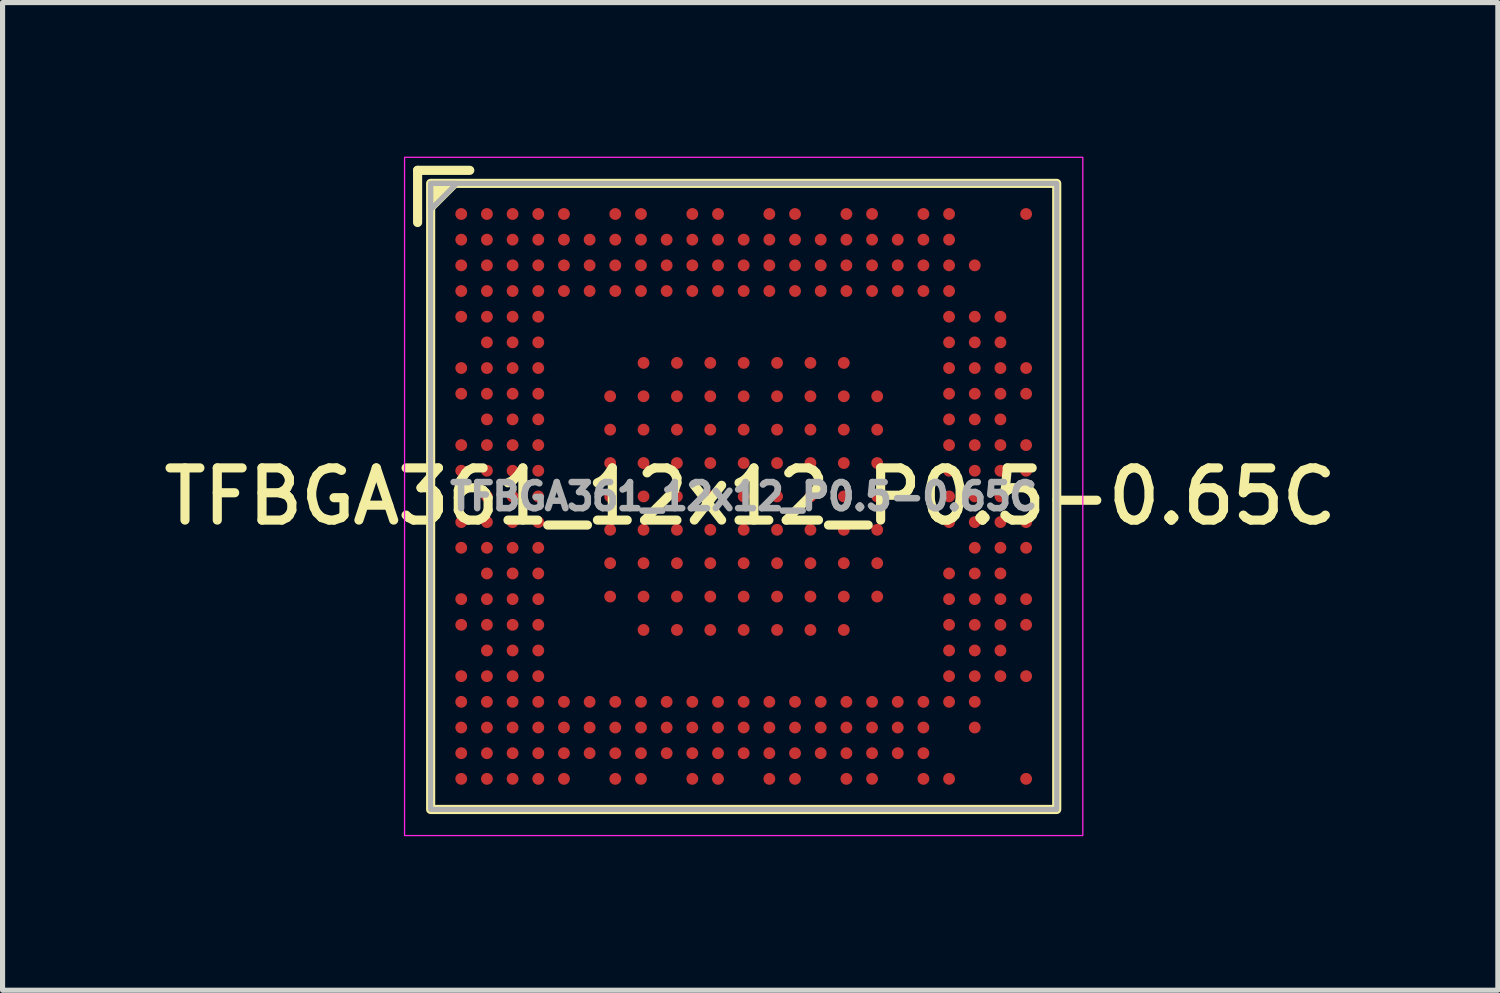
<source format=kicad_pcb>
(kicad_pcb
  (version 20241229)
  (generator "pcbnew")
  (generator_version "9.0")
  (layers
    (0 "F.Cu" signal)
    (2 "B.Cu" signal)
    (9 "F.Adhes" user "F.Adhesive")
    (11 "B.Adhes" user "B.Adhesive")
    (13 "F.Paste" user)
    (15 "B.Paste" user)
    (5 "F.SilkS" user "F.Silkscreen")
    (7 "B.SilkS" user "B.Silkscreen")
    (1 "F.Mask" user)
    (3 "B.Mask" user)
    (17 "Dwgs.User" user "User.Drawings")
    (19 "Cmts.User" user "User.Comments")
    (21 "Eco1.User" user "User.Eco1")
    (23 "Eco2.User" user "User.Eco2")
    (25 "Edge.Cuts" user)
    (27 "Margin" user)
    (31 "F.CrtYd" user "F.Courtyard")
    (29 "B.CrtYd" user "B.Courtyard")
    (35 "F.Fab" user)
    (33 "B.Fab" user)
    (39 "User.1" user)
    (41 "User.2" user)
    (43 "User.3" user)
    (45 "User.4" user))
  (footprint "TFBGA361_12x12_P0.5-0.65C"
    (layer "F.Cu")
    (at 11.432 6.617)
    (property "Reference" "TFBGA361_12x12_P0.5-0.65C" (at 0.127 0 0) (layer "F.SilkS") (effects (font (size 1.016 1.016) (thickness 0.178))))
    (attr smd)
    (fp_line (start -6.35 -6.35) (end -5.334 -6.35) (stroke (width 0.178) (type solid)) (layer "F.SilkS"))
    (fp_line (start -6.35 -5.334) (end -6.35 -6.35) (stroke (width 0.178) (type solid)) (layer "F.SilkS"))
    (fp_rect (start -6.096 -6.096) (end 6.096 6.096) (stroke (width 0.178) (type solid)) (fill no) (layer "F.SilkS"))
    (fp_poly (pts (xy -6.096 -5.588) (xy -6.096 -6.096) (xy -5.588 -6.096)) (stroke (width 0.12) (type solid)) (fill yes) (layer "F.SilkS"))
    (fp_rect (start -6.604 -6.604) (end 6.604 6.604) (stroke (width 0.025) (type solid)) (fill no) (layer "F.CrtYd"))
    (fp_rect (start -6.096 -6.096) (end 6.096 6.096) (stroke (width 0.1) (type solid)) (fill no) (layer "F.Fab"))
    (fp_poly (pts (xy -6.096 -5.588) (xy -6.096 -6.096) (xy -5.588 -6.096)) (stroke (width 0.1) (type solid)) (fill no) (layer "F.Fab"))
    (fp_text user "${REFERENCE}" (at 0 0 0) (layer "F.Fab") (effects (font (size 0.508 0.508) (thickness 0.127))))
    (pad "1A2" smd circle (at -1.95 -2.6) (size 0.23 0.23) (layers "F.Cu" "F.Mask" "F.Paste"))
    (pad "1A3" smd circle (at -1.3 -2.6) (size 0.23 0.23) (layers "F.Cu" "F.Mask" "F.Paste"))
    (pad "1A4" smd circle (at -0.65 -2.6) (size 0.23 0.23) (layers "F.Cu" "F.Mask" "F.Paste"))
    (pad "1A5" smd circle (at 0 -2.6) (size 0.23 0.23) (layers "F.Cu" "F.Mask" "F.Paste"))
    (pad "1A6" smd circle (at 0.65 -2.6) (size 0.23 0.23) (layers "F.Cu" "F.Mask" "F.Paste"))
    (pad "1A7" smd circle (at 1.3 -2.6) (size 0.23 0.23) (layers "F.Cu" "F.Mask" "F.Paste"))
    (pad "1A8" smd circle (at 1.95 -2.6) (size 0.23 0.23) (layers "F.Cu" "F.Mask" "F.Paste"))
    (pad "1B1" smd circle (at -2.6 -1.95) (size 0.23 0.23) (layers "F.Cu" "F.Mask" "F.Paste"))
    (pad "1B2" smd circle (at -1.95 -1.95) (size 0.23 0.23) (layers "F.Cu" "F.Mask" "F.Paste"))
    (pad "1B3" smd circle (at -1.3 -1.95) (size 0.23 0.23) (layers "F.Cu" "F.Mask" "F.Paste"))
    (pad "1B4" smd circle (at -0.65 -1.95) (size 0.23 0.23) (layers "F.Cu" "F.Mask" "F.Paste"))
    (pad "1B5" smd circle (at 0 -1.95) (size 0.23 0.23) (layers "F.Cu" "F.Mask" "F.Paste"))
    (pad "1B6" smd circle (at 0.65 -1.95) (size 0.23 0.23) (layers "F.Cu" "F.Mask" "F.Paste"))
    (pad "1B7" smd circle (at 1.3 -1.95) (size 0.23 0.23) (layers "F.Cu" "F.Mask" "F.Paste"))
    (pad "1B8" smd circle (at 1.95 -1.95) (size 0.23 0.23) (layers "F.Cu" "F.Mask" "F.Paste"))
    (pad "1B9" smd circle (at 2.6 -1.95) (size 0.23 0.23) (layers "F.Cu" "F.Mask" "F.Paste"))
    (pad "1C1" smd circle (at -2.6 -1.3) (size 0.23 0.23) (layers "F.Cu" "F.Mask" "F.Paste"))
    (pad "1C2" smd circle (at -1.95 -1.3) (size 0.23 0.23) (layers "F.Cu" "F.Mask" "F.Paste"))
    (pad "1C3" smd circle (at -1.3 -1.3) (size 0.23 0.23) (layers "F.Cu" "F.Mask" "F.Paste"))
    (pad "1C4" smd circle (at -0.65 -1.3) (size 0.23 0.23) (layers "F.Cu" "F.Mask" "F.Paste"))
    (pad "1C5" smd circle (at 0 -1.3) (size 0.23 0.23) (layers "F.Cu" "F.Mask" "F.Paste"))
    (pad "1C6" smd circle (at 0.65 -1.3) (size 0.23 0.23) (layers "F.Cu" "F.Mask" "F.Paste"))
    (pad "1C7" smd circle (at 1.3 -1.3) (size 0.23 0.23) (layers "F.Cu" "F.Mask" "F.Paste"))
    (pad "1C8" smd circle (at 1.95 -1.3) (size 0.23 0.23) (layers "F.Cu" "F.Mask" "F.Paste"))
    (pad "1C9" smd circle (at 2.6 -1.3) (size 0.23 0.23) (layers "F.Cu" "F.Mask" "F.Paste"))
    (pad "1D1" smd circle (at -2.6 -0.65) (size 0.23 0.23) (layers "F.Cu" "F.Mask" "F.Paste"))
    (pad "1D2" smd circle (at -1.95 -0.65) (size 0.23 0.23) (layers "F.Cu" "F.Mask" "F.Paste"))
    (pad "1D3" smd circle (at -1.3 -0.65) (size 0.23 0.23) (layers "F.Cu" "F.Mask" "F.Paste"))
    (pad "1D4" smd circle (at -0.65 -0.65) (size 0.23 0.23) (layers "F.Cu" "F.Mask" "F.Paste"))
    (pad "1D5" smd circle (at 0 -0.65) (size 0.23 0.23) (layers "F.Cu" "F.Mask" "F.Paste"))
    (pad "1D6" smd circle (at 0.65 -0.65) (size 0.23 0.23) (layers "F.Cu" "F.Mask" "F.Paste"))
    (pad "1D7" smd circle (at 1.3 -0.65) (size 0.23 0.23) (layers "F.Cu" "F.Mask" "F.Paste"))
    (pad "1D8" smd circle (at 1.95 -0.65) (size 0.23 0.23) (layers "F.Cu" "F.Mask" "F.Paste"))
    (pad "1D9" smd circle (at 2.6 -0.65) (size 0.23 0.23) (layers "F.Cu" "F.Mask" "F.Paste"))
    (pad "1E1" smd circle (at -2.6 0) (size 0.23 0.23) (layers "F.Cu" "F.Mask" "F.Paste"))
    (pad "1E2" smd circle (at -1.95 0) (size 0.23 0.23) (layers "F.Cu" "F.Mask" "F.Paste"))
    (pad "1E3" smd circle (at -1.3 0) (size 0.23 0.23) (layers "F.Cu" "F.Mask" "F.Paste"))
    (pad "1E4" smd circle (at -0.65 0) (size 0.23 0.23) (layers "F.Cu" "F.Mask" "F.Paste"))
    (pad "1E5" smd circle (at 0 0) (size 0.23 0.23) (layers "F.Cu" "F.Mask" "F.Paste"))
    (pad "1E6" smd circle (at 0.65 0) (size 0.23 0.23) (layers "F.Cu" "F.Mask" "F.Paste"))
    (pad "1E7" smd circle (at 1.3 0) (size 0.23 0.23) (layers "F.Cu" "F.Mask" "F.Paste"))
    (pad "1E8" smd circle (at 1.95 0) (size 0.23 0.23) (layers "F.Cu" "F.Mask" "F.Paste"))
    (pad "1E9" smd circle (at 2.6 0) (size 0.23 0.23) (layers "F.Cu" "F.Mask" "F.Paste"))
    (pad "1F1" smd circle (at -2.6 0.65) (size 0.23 0.23) (layers "F.Cu" "F.Mask" "F.Paste"))
    (pad "1F2" smd circle (at -1.95 0.65) (size 0.23 0.23) (layers "F.Cu" "F.Mask" "F.Paste"))
    (pad "1F3" smd circle (at -1.3 0.65) (size 0.23 0.23) (layers "F.Cu" "F.Mask" "F.Paste"))
    (pad "1F4" smd circle (at -0.65 0.65) (size 0.23 0.23) (layers "F.Cu" "F.Mask" "F.Paste"))
    (pad "1F5" smd circle (at 0 0.65) (size 0.23 0.23) (layers "F.Cu" "F.Mask" "F.Paste"))
    (pad "1F6" smd circle (at 0.65 0.65) (size 0.23 0.23) (layers "F.Cu" "F.Mask" "F.Paste"))
    (pad "1F7" smd circle (at 1.3 0.65) (size 0.23 0.23) (layers "F.Cu" "F.Mask" "F.Paste"))
    (pad "1F8" smd circle (at 1.95 0.65) (size 0.23 0.23) (layers "F.Cu" "F.Mask" "F.Paste"))
    (pad "1F9" smd circle (at 2.6 0.65) (size 0.23 0.23) (layers "F.Cu" "F.Mask" "F.Paste"))
    (pad "1G1" smd circle (at -2.6 1.3) (size 0.23 0.23) (layers "F.Cu" "F.Mask" "F.Paste"))
    (pad "1G2" smd circle (at -1.95 1.3) (size 0.23 0.23) (layers "F.Cu" "F.Mask" "F.Paste"))
    (pad "1G3" smd circle (at -1.3 1.3) (size 0.23 0.23) (layers "F.Cu" "F.Mask" "F.Paste"))
    (pad "1G4" smd circle (at -0.65 1.3) (size 0.23 0.23) (layers "F.Cu" "F.Mask" "F.Paste"))
    (pad "1G5" smd circle (at 0 1.3) (size 0.23 0.23) (layers "F.Cu" "F.Mask" "F.Paste"))
    (pad "1G6" smd circle (at 0.65 1.3) (size 0.23 0.23) (layers "F.Cu" "F.Mask" "F.Paste"))
    (pad "1G7" smd circle (at 1.3 1.3) (size 0.23 0.23) (layers "F.Cu" "F.Mask" "F.Paste"))
    (pad "1G8" smd circle (at 1.95 1.3) (size 0.23 0.23) (layers "F.Cu" "F.Mask" "F.Paste"))
    (pad "1G9" smd circle (at 2.6 1.3) (size 0.23 0.23) (layers "F.Cu" "F.Mask" "F.Paste"))
    (pad "1H1" smd circle (at -2.6 1.95) (size 0.23 0.23) (layers "F.Cu" "F.Mask" "F.Paste"))
    (pad "1H2" smd circle (at -1.95 1.95) (size 0.23 0.23) (layers "F.Cu" "F.Mask" "F.Paste"))
    (pad "1H3" smd circle (at -1.3 1.95) (size 0.23 0.23) (layers "F.Cu" "F.Mask" "F.Paste"))
    (pad "1H4" smd circle (at -0.65 1.95) (size 0.23 0.23) (layers "F.Cu" "F.Mask" "F.Paste"))
    (pad "1H5" smd circle (at 0 1.95) (size 0.23 0.23) (layers "F.Cu" "F.Mask" "F.Paste"))
    (pad "1H6" smd circle (at 0.65 1.95) (size 0.23 0.23) (layers "F.Cu" "F.Mask" "F.Paste"))
    (pad "1H7" smd circle (at 1.3 1.95) (size 0.23 0.23) (layers "F.Cu" "F.Mask" "F.Paste"))
    (pad "1H8" smd circle (at 1.95 1.95) (size 0.23 0.23) (layers "F.Cu" "F.Mask" "F.Paste"))
    (pad "1H9" smd circle (at 2.6 1.95) (size 0.23 0.23) (layers "F.Cu" "F.Mask" "F.Paste"))
    (pad "1J2" smd circle (at -1.95 2.6) (size 0.23 0.23) (layers "F.Cu" "F.Mask" "F.Paste"))
    (pad "1J3" smd circle (at -1.3 2.6) (size 0.23 0.23) (layers "F.Cu" "F.Mask" "F.Paste"))
    (pad "1J4" smd circle (at -0.65 2.6) (size 0.23 0.23) (layers "F.Cu" "F.Mask" "F.Paste"))
    (pad "1J5" smd circle (at 0 2.6) (size 0.23 0.23) (layers "F.Cu" "F.Mask" "F.Paste"))
    (pad "1J6" smd circle (at 0.65 2.6) (size 0.23 0.23) (layers "F.Cu" "F.Mask" "F.Paste"))
    (pad "1J7" smd circle (at 1.3 2.6) (size 0.23 0.23) (layers "F.Cu" "F.Mask" "F.Paste"))
    (pad "1J8" smd circle (at 1.95 2.6) (size 0.23 0.23) (layers "F.Cu" "F.Mask" "F.Paste"))
    (pad "A1" smd circle (at -5.5 -5.5) (size 0.23 0.23) (layers "F.Cu" "F.Mask" "F.Paste"))
    (pad "A2" smd circle (at -5 -5.5) (size 0.23 0.23) (layers "F.Cu" "F.Mask" "F.Paste"))
    (pad "A3" smd circle (at -4.5 -5.5) (size 0.23 0.23) (layers "F.Cu" "F.Mask" "F.Paste"))
    (pad "A4" smd circle (at -4 -5.5) (size 0.23 0.23) (layers "F.Cu" "F.Mask" "F.Paste"))
    (pad "A5" smd circle (at -3.5 -5.5) (size 0.23 0.23) (layers "F.Cu" "F.Mask" "F.Paste"))
    (pad "A7" smd circle (at -2.5 -5.5) (size 0.23 0.23) (layers "F.Cu" "F.Mask" "F.Paste"))
    (pad "A8" smd circle (at -2 -5.5) (size 0.23 0.23) (layers "F.Cu" "F.Mask" "F.Paste"))
    (pad "A10" smd circle (at -1 -5.5) (size 0.23 0.23) (layers "F.Cu" "F.Mask" "F.Paste"))
    (pad "A11" smd circle (at -0.5 -5.5) (size 0.23 0.23) (layers "F.Cu" "F.Mask" "F.Paste"))
    (pad "A13" smd circle (at 0.5 -5.5) (size 0.23 0.23) (layers "F.Cu" "F.Mask" "F.Paste"))
    (pad "A14" smd circle (at 1 -5.5) (size 0.23 0.23) (layers "F.Cu" "F.Mask" "F.Paste"))
    (pad "A16" smd circle (at 2 -5.5) (size 0.23 0.23) (layers "F.Cu" "F.Mask" "F.Paste"))
    (pad "A17" smd circle (at 2.5 -5.5) (size 0.23 0.23) (layers "F.Cu" "F.Mask" "F.Paste"))
    (pad "A19" smd circle (at 3.5 -5.5) (size 0.23 0.23) (layers "F.Cu" "F.Mask" "F.Paste"))
    (pad "A20" smd circle (at 4 -5.5) (size 0.23 0.23) (layers "F.Cu" "F.Mask" "F.Paste"))
    (pad "A23" smd circle (at 5.5 -5.5) (size 0.23 0.23) (layers "F.Cu" "F.Mask" "F.Paste"))
    (pad "AA1" smd circle (at -5.5 4.5) (size 0.23 0.23) (layers "F.Cu" "F.Mask" "F.Paste"))
    (pad "AA2" smd circle (at -5 4.5) (size 0.23 0.23) (layers "F.Cu" "F.Mask" "F.Paste"))
    (pad "AA3" smd circle (at -4.5 4.5) (size 0.23 0.23) (layers "F.Cu" "F.Mask" "F.Paste"))
    (pad "AA4" smd circle (at -4 4.5) (size 0.23 0.23) (layers "F.Cu" "F.Mask" "F.Paste"))
    (pad "AA5" smd circle (at -3.5 4.5) (size 0.23 0.23) (layers "F.Cu" "F.Mask" "F.Paste"))
    (pad "AA6" smd circle (at -3 4.5) (size 0.23 0.23) (layers "F.Cu" "F.Mask" "F.Paste"))
    (pad "AA7" smd circle (at -2.5 4.5) (size 0.23 0.23) (layers "F.Cu" "F.Mask" "F.Paste"))
    (pad "AA8" smd circle (at -2 4.5) (size 0.23 0.23) (layers "F.Cu" "F.Mask" "F.Paste"))
    (pad "AA9" smd circle (at -1.5 4.5) (size 0.23 0.23) (layers "F.Cu" "F.Mask" "F.Paste"))
    (pad "AA10" smd circle (at -1 4.5) (size 0.23 0.23) (layers "F.Cu" "F.Mask" "F.Paste"))
    (pad "AA11" smd circle (at -0.5 4.5) (size 0.23 0.23) (layers "F.Cu" "F.Mask" "F.Paste"))
    (pad "AA12" smd circle (at 0 4.5) (size 0.23 0.23) (layers "F.Cu" "F.Mask" "F.Paste"))
    (pad "AA13" smd circle (at 0.5 4.5) (size 0.23 0.23) (layers "F.Cu" "F.Mask" "F.Paste"))
    (pad "AA14" smd circle (at 1 4.5) (size 0.23 0.23) (layers "F.Cu" "F.Mask" "F.Paste"))
    (pad "AA15" smd circle (at 1.5 4.5) (size 0.23 0.23) (layers "F.Cu" "F.Mask" "F.Paste"))
    (pad "AA16" smd circle (at 2 4.5) (size 0.23 0.23) (layers "F.Cu" "F.Mask" "F.Paste"))
    (pad "AA17" smd circle (at 2.5 4.5) (size 0.23 0.23) (layers "F.Cu" "F.Mask" "F.Paste"))
    (pad "AA18" smd circle (at 3 4.5) (size 0.23 0.23) (layers "F.Cu" "F.Mask" "F.Paste"))
    (pad "AA19" smd circle (at 3.5 4.5) (size 0.23 0.23) (layers "F.Cu" "F.Mask" "F.Paste"))
    (pad "AA21" smd circle (at 4.5 4.5) (size 0.23 0.23) (layers "F.Cu" "F.Mask" "F.Paste"))
    (pad "AB1" smd circle (at -5.5 5) (size 0.23 0.23) (layers "F.Cu" "F.Mask" "F.Paste"))
    (pad "AB2" smd circle (at -5 5) (size 0.23 0.23) (layers "F.Cu" "F.Mask" "F.Paste"))
    (pad "AB3" smd circle (at -4.5 5) (size 0.23 0.23) (layers "F.Cu" "F.Mask" "F.Paste"))
    (pad "AB4" smd circle (at -4 5) (size 0.23 0.23) (layers "F.Cu" "F.Mask" "F.Paste"))
    (pad "AB5" smd circle (at -3.5 5) (size 0.23 0.23) (layers "F.Cu" "F.Mask" "F.Paste"))
    (pad "AB6" smd circle (at -3 5) (size 0.23 0.23) (layers "F.Cu" "F.Mask" "F.Paste"))
    (pad "AB7" smd circle (at -2.5 5) (size 0.23 0.23) (layers "F.Cu" "F.Mask" "F.Paste"))
    (pad "AB8" smd circle (at -2 5) (size 0.23 0.23) (layers "F.Cu" "F.Mask" "F.Paste"))
    (pad "AB9" smd circle (at -1.5 5) (size 0.23 0.23) (layers "F.Cu" "F.Mask" "F.Paste"))
    (pad "AB10" smd circle (at -1 5) (size 0.23 0.23) (layers "F.Cu" "F.Mask" "F.Paste"))
    (pad "AB11" smd circle (at -0.5 5) (size 0.23 0.23) (layers "F.Cu" "F.Mask" "F.Paste"))
    (pad "AB12" smd circle (at 0 5) (size 0.23 0.23) (layers "F.Cu" "F.Mask" "F.Paste"))
    (pad "AB13" smd circle (at 0.5 5) (size 0.23 0.23) (layers "F.Cu" "F.Mask" "F.Paste"))
    (pad "AB14" smd circle (at 1 5) (size 0.23 0.23) (layers "F.Cu" "F.Mask" "F.Paste"))
    (pad "AB15" smd circle (at 1.5 5) (size 0.23 0.23) (layers "F.Cu" "F.Mask" "F.Paste"))
    (pad "AB16" smd circle (at 2 5) (size 0.23 0.23) (layers "F.Cu" "F.Mask" "F.Paste"))
    (pad "AB17" smd circle (at 2.5 5) (size 0.23 0.23) (layers "F.Cu" "F.Mask" "F.Paste"))
    (pad "AB18" smd circle (at 3 5) (size 0.23 0.23) (layers "F.Cu" "F.Mask" "F.Paste"))
    (pad "AB19" smd circle (at 3.5 5) (size 0.23 0.23) (layers "F.Cu" "F.Mask" "F.Paste"))
    (pad "AC1" smd circle (at -5.5 5.5) (size 0.23 0.23) (layers "F.Cu" "F.Mask" "F.Paste"))
    (pad "AC2" smd circle (at -5 5.5) (size 0.23 0.23) (layers "F.Cu" "F.Mask" "F.Paste"))
    (pad "AC3" smd circle (at -4.5 5.5) (size 0.23 0.23) (layers "F.Cu" "F.Mask" "F.Paste"))
    (pad "AC4" smd circle (at -4 5.5) (size 0.23 0.23) (layers "F.Cu" "F.Mask" "F.Paste"))
    (pad "AC5" smd circle (at -3.5 5.5) (size 0.23 0.23) (layers "F.Cu" "F.Mask" "F.Paste"))
    (pad "AC7" smd circle (at -2.5 5.5) (size 0.23 0.23) (layers "F.Cu" "F.Mask" "F.Paste"))
    (pad "AC8" smd circle (at -2 5.5) (size 0.23 0.23) (layers "F.Cu" "F.Mask" "F.Paste"))
    (pad "AC10" smd circle (at -1 5.5) (size 0.23 0.23) (layers "F.Cu" "F.Mask" "F.Paste"))
    (pad "AC11" smd circle (at -0.5 5.5) (size 0.23 0.23) (layers "F.Cu" "F.Mask" "F.Paste"))
    (pad "AC13" smd circle (at 0.5 5.5) (size 0.23 0.23) (layers "F.Cu" "F.Mask" "F.Paste"))
    (pad "AC14" smd circle (at 1 5.5) (size 0.23 0.23) (layers "F.Cu" "F.Mask" "F.Paste"))
    (pad "AC16" smd circle (at 2 5.5) (size 0.23 0.23) (layers "F.Cu" "F.Mask" "F.Paste"))
    (pad "AC17" smd circle (at 2.5 5.5) (size 0.23 0.23) (layers "F.Cu" "F.Mask" "F.Paste"))
    (pad "AC19" smd circle (at 3.5 5.5) (size 0.23 0.23) (layers "F.Cu" "F.Mask" "F.Paste"))
    (pad "AC20" smd circle (at 4 5.5) (size 0.23 0.23) (layers "F.Cu" "F.Mask" "F.Paste"))
    (pad "AC23" smd circle (at 5.5 5.5) (size 0.23 0.23) (layers "F.Cu" "F.Mask" "F.Paste"))
    (pad "B1" smd circle (at -5.5 -5) (size 0.23 0.23) (layers "F.Cu" "F.Mask" "F.Paste"))
    (pad "B2" smd circle (at -5 -5) (size 0.23 0.23) (layers "F.Cu" "F.Mask" "F.Paste"))
    (pad "B3" smd circle (at -4.5 -5) (size 0.23 0.23) (layers "F.Cu" "F.Mask" "F.Paste"))
    (pad "B4" smd circle (at -4 -5) (size 0.23 0.23) (layers "F.Cu" "F.Mask" "F.Paste"))
    (pad "B5" smd circle (at -3.5 -5) (size 0.23 0.23) (layers "F.Cu" "F.Mask" "F.Paste"))
    (pad "B6" smd circle (at -3 -5) (size 0.23 0.23) (layers "F.Cu" "F.Mask" "F.Paste"))
    (pad "B7" smd circle (at -2.5 -5) (size 0.23 0.23) (layers "F.Cu" "F.Mask" "F.Paste"))
    (pad "B8" smd circle (at -2 -5) (size 0.23 0.23) (layers "F.Cu" "F.Mask" "F.Paste"))
    (pad "B9" smd circle (at -1.5 -5) (size 0.23 0.23) (layers "F.Cu" "F.Mask" "F.Paste"))
    (pad "B10" smd circle (at -1 -5) (size 0.23 0.23) (layers "F.Cu" "F.Mask" "F.Paste"))
    (pad "B11" smd circle (at -0.5 -5) (size 0.23 0.23) (layers "F.Cu" "F.Mask" "F.Paste"))
    (pad "B12" smd circle (at 0 -5) (size 0.23 0.23) (layers "F.Cu" "F.Mask" "F.Paste"))
    (pad "B13" smd circle (at 0.5 -5) (size 0.23 0.23) (layers "F.Cu" "F.Mask" "F.Paste"))
    (pad "B14" smd circle (at 1 -5) (size 0.23 0.23) (layers "F.Cu" "F.Mask" "F.Paste"))
    (pad "B15" smd circle (at 1.5 -5) (size 0.23 0.23) (layers "F.Cu" "F.Mask" "F.Paste"))
    (pad "B16" smd circle (at 2 -5) (size 0.23 0.23) (layers "F.Cu" "F.Mask" "F.Paste"))
    (pad "B17" smd circle (at 2.5 -5) (size 0.23 0.23) (layers "F.Cu" "F.Mask" "F.Paste"))
    (pad "B18" smd circle (at 3 -5) (size 0.23 0.23) (layers "F.Cu" "F.Mask" "F.Paste"))
    (pad "B19" smd circle (at 3.5 -5) (size 0.23 0.23) (layers "F.Cu" "F.Mask" "F.Paste"))
    (pad "B20" smd circle (at 4 -5) (size 0.23 0.23) (layers "F.Cu" "F.Mask" "F.Paste"))
    (pad "C1" smd circle (at -5.5 -4.5) (size 0.23 0.23) (layers "F.Cu" "F.Mask" "F.Paste"))
    (pad "C2" smd circle (at -5 -4.5) (size 0.23 0.23) (layers "F.Cu" "F.Mask" "F.Paste"))
    (pad "C3" smd circle (at -4.5 -4.5) (size 0.23 0.23) (layers "F.Cu" "F.Mask" "F.Paste"))
    (pad "C4" smd circle (at -4 -4.5) (size 0.23 0.23) (layers "F.Cu" "F.Mask" "F.Paste"))
    (pad "C5" smd circle (at -3.5 -4.5) (size 0.23 0.23) (layers "F.Cu" "F.Mask" "F.Paste"))
    (pad "C6" smd circle (at -3 -4.5) (size 0.23 0.23) (layers "F.Cu" "F.Mask" "F.Paste"))
    (pad "C7" smd circle (at -2.5 -4.5) (size 0.23 0.23) (layers "F.Cu" "F.Mask" "F.Paste"))
    (pad "C8" smd circle (at -2 -4.5) (size 0.23 0.23) (layers "F.Cu" "F.Mask" "F.Paste"))
    (pad "C9" smd circle (at -1.5 -4.5) (size 0.23 0.23) (layers "F.Cu" "F.Mask" "F.Paste"))
    (pad "C10" smd circle (at -1 -4.5) (size 0.23 0.23) (layers "F.Cu" "F.Mask" "F.Paste"))
    (pad "C11" smd circle (at -0.5 -4.5) (size 0.23 0.23) (layers "F.Cu" "F.Mask" "F.Paste"))
    (pad "C12" smd circle (at 0 -4.5) (size 0.23 0.23) (layers "F.Cu" "F.Mask" "F.Paste"))
    (pad "C13" smd circle (at 0.5 -4.5) (size 0.23 0.23) (layers "F.Cu" "F.Mask" "F.Paste"))
    (pad "C14" smd circle (at 1 -4.5) (size 0.23 0.23) (layers "F.Cu" "F.Mask" "F.Paste"))
    (pad "C15" smd circle (at 1.5 -4.5) (size 0.23 0.23) (layers "F.Cu" "F.Mask" "F.Paste"))
    (pad "C16" smd circle (at 2 -4.5) (size 0.23 0.23) (layers "F.Cu" "F.Mask" "F.Paste"))
    (pad "C17" smd circle (at 2.5 -4.5) (size 0.23 0.23) (layers "F.Cu" "F.Mask" "F.Paste"))
    (pad "C18" smd circle (at 3 -4.5) (size 0.23 0.23) (layers "F.Cu" "F.Mask" "F.Paste"))
    (pad "C19" smd circle (at 3.5 -4.5) (size 0.23 0.23) (layers "F.Cu" "F.Mask" "F.Paste"))
    (pad "C20" smd circle (at 4 -4.5) (size 0.23 0.23) (layers "F.Cu" "F.Mask" "F.Paste"))
    (pad "C21" smd circle (at 4.5 -4.5) (size 0.23 0.23) (layers "F.Cu" "F.Mask" "F.Paste"))
    (pad "D1" smd circle (at -5.5 -4) (size 0.23 0.23) (layers "F.Cu" "F.Mask" "F.Paste"))
    (pad "D2" smd circle (at -5 -4) (size 0.23 0.23) (layers "F.Cu" "F.Mask" "F.Paste"))
    (pad "D3" smd circle (at -4.5 -4) (size 0.23 0.23) (layers "F.Cu" "F.Mask" "F.Paste"))
    (pad "D4" smd circle (at -4 -4) (size 0.23 0.23) (layers "F.Cu" "F.Mask" "F.Paste"))
    (pad "D5" smd circle (at -3.5 -4) (size 0.23 0.23) (layers "F.Cu" "F.Mask" "F.Paste"))
    (pad "D6" smd circle (at -3 -4) (size 0.23 0.23) (layers "F.Cu" "F.Mask" "F.Paste"))
    (pad "D7" smd circle (at -2.5 -4) (size 0.23 0.23) (layers "F.Cu" "F.Mask" "F.Paste"))
    (pad "D8" smd circle (at -2 -4) (size 0.23 0.23) (layers "F.Cu" "F.Mask" "F.Paste"))
    (pad "D9" smd circle (at -1.5 -4) (size 0.23 0.23) (layers "F.Cu" "F.Mask" "F.Paste"))
    (pad "D10" smd circle (at -1 -4) (size 0.23 0.23) (layers "F.Cu" "F.Mask" "F.Paste"))
    (pad "D11" smd circle (at -0.5 -4) (size 0.23 0.23) (layers "F.Cu" "F.Mask" "F.Paste"))
    (pad "D12" smd circle (at 0 -4) (size 0.23 0.23) (layers "F.Cu" "F.Mask" "F.Paste"))
    (pad "D13" smd circle (at 0.5 -4) (size 0.23 0.23) (layers "F.Cu" "F.Mask" "F.Paste"))
    (pad "D14" smd circle (at 1 -4) (size 0.23 0.23) (layers "F.Cu" "F.Mask" "F.Paste"))
    (pad "D15" smd circle (at 1.5 -4) (size 0.23 0.23) (layers "F.Cu" "F.Mask" "F.Paste"))
    (pad "D16" smd circle (at 2 -4) (size 0.23 0.23) (layers "F.Cu" "F.Mask" "F.Paste"))
    (pad "D17" smd circle (at 2.5 -4) (size 0.23 0.23) (layers "F.Cu" "F.Mask" "F.Paste"))
    (pad "D18" smd circle (at 3 -4) (size 0.23 0.23) (layers "F.Cu" "F.Mask" "F.Paste"))
    (pad "D19" smd circle (at 3.5 -4) (size 0.23 0.23) (layers "F.Cu" "F.Mask" "F.Paste"))
    (pad "D20" smd circle (at 4 -4) (size 0.23 0.23) (layers "F.Cu" "F.Mask" "F.Paste"))
    (pad "E1" smd circle (at -5.5 -3.5) (size 0.23 0.23) (layers "F.Cu" "F.Mask" "F.Paste"))
    (pad "E2" smd circle (at -5 -3.5) (size 0.23 0.23) (layers "F.Cu" "F.Mask" "F.Paste"))
    (pad "E3" smd circle (at -4.5 -3.5) (size 0.23 0.23) (layers "F.Cu" "F.Mask" "F.Paste"))
    (pad "E4" smd circle (at -4 -3.5) (size 0.23 0.23) (layers "F.Cu" "F.Mask" "F.Paste"))
    (pad "E20" smd circle (at 4 -3.5) (size 0.23 0.23) (layers "F.Cu" "F.Mask" "F.Paste"))
    (pad "E21" smd circle (at 4.5 -3.5) (size 0.23 0.23) (layers "F.Cu" "F.Mask" "F.Paste"))
    (pad "E22" smd circle (at 5 -3.5) (size 0.23 0.23) (layers "F.Cu" "F.Mask" "F.Paste"))
    (pad "F2" smd circle (at -5 -3) (size 0.23 0.23) (layers "F.Cu" "F.Mask" "F.Paste"))
    (pad "F3" smd circle (at -4.5 -3) (size 0.23 0.23) (layers "F.Cu" "F.Mask" "F.Paste"))
    (pad "F4" smd circle (at -4 -3) (size 0.23 0.23) (layers "F.Cu" "F.Mask" "F.Paste"))
    (pad "F20" smd circle (at 4 -3) (size 0.23 0.23) (layers "F.Cu" "F.Mask" "F.Paste"))
    (pad "F21" smd circle (at 4.5 -3) (size 0.23 0.23) (layers "F.Cu" "F.Mask" "F.Paste"))
    (pad "F22" smd circle (at 5 -3) (size 0.23 0.23) (layers "F.Cu" "F.Mask" "F.Paste"))
    (pad "G1" smd circle (at -5.5 -2.5) (size 0.23 0.23) (layers "F.Cu" "F.Mask" "F.Paste"))
    (pad "G2" smd circle (at -5 -2.5) (size 0.23 0.23) (layers "F.Cu" "F.Mask" "F.Paste"))
    (pad "G3" smd circle (at -4.5 -2.5) (size 0.23 0.23) (layers "F.Cu" "F.Mask" "F.Paste"))
    (pad "G4" smd circle (at -4 -2.5) (size 0.23 0.23) (layers "F.Cu" "F.Mask" "F.Paste"))
    (pad "G20" smd circle (at 4 -2.5) (size 0.23 0.23) (layers "F.Cu" "F.Mask" "F.Paste"))
    (pad "G21" smd circle (at 4.5 -2.5) (size 0.23 0.23) (layers "F.Cu" "F.Mask" "F.Paste"))
    (pad "G22" smd circle (at 5 -2.5) (size 0.23 0.23) (layers "F.Cu" "F.Mask" "F.Paste"))
    (pad "G23" smd circle (at 5.5 -2.5) (size 0.23 0.23) (layers "F.Cu" "F.Mask" "F.Paste"))
    (pad "H1" smd circle (at -5.5 -2) (size 0.23 0.23) (layers "F.Cu" "F.Mask" "F.Paste"))
    (pad "H2" smd circle (at -5 -2) (size 0.23 0.23) (layers "F.Cu" "F.Mask" "F.Paste"))
    (pad "H3" smd circle (at -4.5 -2) (size 0.23 0.23) (layers "F.Cu" "F.Mask" "F.Paste"))
    (pad "H4" smd circle (at -4 -2) (size 0.23 0.23) (layers "F.Cu" "F.Mask" "F.Paste"))
    (pad "H20" smd circle (at 4 -2) (size 0.23 0.23) (layers "F.Cu" "F.Mask" "F.Paste"))
    (pad "H21" smd circle (at 4.5 -2) (size 0.23 0.23) (layers "F.Cu" "F.Mask" "F.Paste"))
    (pad "H22" smd circle (at 5 -2) (size 0.23 0.23) (layers "F.Cu" "F.Mask" "F.Paste"))
    (pad "H23" smd circle (at 5.5 -2) (size 0.23 0.23) (layers "F.Cu" "F.Mask" "F.Paste"))
    (pad "J2" smd circle (at -5 -1.5) (size 0.23 0.23) (layers "F.Cu" "F.Mask" "F.Paste"))
    (pad "J3" smd circle (at -4.5 -1.5) (size 0.23 0.23) (layers "F.Cu" "F.Mask" "F.Paste"))
    (pad "J4" smd circle (at -4 -1.5) (size 0.23 0.23) (layers "F.Cu" "F.Mask" "F.Paste"))
    (pad "J20" smd circle (at 4 -1.5) (size 0.23 0.23) (layers "F.Cu" "F.Mask" "F.Paste"))
    (pad "J21" smd circle (at 4.5 -1.5) (size 0.23 0.23) (layers "F.Cu" "F.Mask" "F.Paste"))
    (pad "J22" smd circle (at 5 -1.5) (size 0.23 0.23) (layers "F.Cu" "F.Mask" "F.Paste"))
    (pad "K1" smd circle (at -5.5 -1) (size 0.23 0.23) (layers "F.Cu" "F.Mask" "F.Paste"))
    (pad "K2" smd circle (at -5 -1) (size 0.23 0.23) (layers "F.Cu" "F.Mask" "F.Paste"))
    (pad "K3" smd circle (at -4.5 -1) (size 0.23 0.23) (layers "F.Cu" "F.Mask" "F.Paste"))
    (pad "K4" smd circle (at -4 -1) (size 0.23 0.23) (layers "F.Cu" "F.Mask" "F.Paste"))
    (pad "K20" smd circle (at 4 -1) (size 0.23 0.23) (layers "F.Cu" "F.Mask" "F.Paste"))
    (pad "K21" smd circle (at 4.5 -1) (size 0.23 0.23) (layers "F.Cu" "F.Mask" "F.Paste"))
    (pad "K22" smd circle (at 5 -1) (size 0.23 0.23) (layers "F.Cu" "F.Mask" "F.Paste"))
    (pad "K23" smd circle (at 5.5 -1) (size 0.23 0.23) (layers "F.Cu" "F.Mask" "F.Paste"))
    (pad "L1" smd circle (at -5.5 -0.5) (size 0.23 0.23) (layers "F.Cu" "F.Mask" "F.Paste"))
    (pad "L2" smd circle (at -5 -0.5) (size 0.23 0.23) (layers "F.Cu" "F.Mask" "F.Paste"))
    (pad "L3" smd circle (at -4.5 -0.5) (size 0.23 0.23) (layers "F.Cu" "F.Mask" "F.Paste"))
    (pad "L4" smd circle (at -4 -0.5) (size 0.23 0.23) (layers "F.Cu" "F.Mask" "F.Paste"))
    (pad "L20" smd circle (at 4 -0.5) (size 0.23 0.23) (layers "F.Cu" "F.Mask" "F.Paste"))
    (pad "L21" smd circle (at 4.5 -0.5) (size 0.23 0.23) (layers "F.Cu" "F.Mask" "F.Paste"))
    (pad "L22" smd circle (at 5 -0.5) (size 0.23 0.23) (layers "F.Cu" "F.Mask" "F.Paste"))
    (pad "L23" smd circle (at 5.5 -0.5) (size 0.23 0.23) (layers "F.Cu" "F.Mask" "F.Paste"))
    (pad "M2" smd circle (at -5 0) (size 0.23 0.23) (layers "F.Cu" "F.Mask" "F.Paste"))
    (pad "M3" smd circle (at -4.5 0) (size 0.23 0.23) (layers "F.Cu" "F.Mask" "F.Paste"))
    (pad "M4" smd circle (at -4 0) (size 0.23 0.23) (layers "F.Cu" "F.Mask" "F.Paste"))
    (pad "M20" smd circle (at 4 0) (size 0.23 0.23) (layers "F.Cu" "F.Mask" "F.Paste"))
    (pad "M21" smd circle (at 4.5 0) (size 0.23 0.23) (layers "F.Cu" "F.Mask" "F.Paste"))
    (pad "M22" smd circle (at 5 0) (size 0.23 0.23) (layers "F.Cu" "F.Mask" "F.Paste"))
    (pad "N1" smd circle (at -5.5 0.5) (size 0.23 0.23) (layers "F.Cu" "F.Mask" "F.Paste"))
    (pad "N2" smd circle (at -5 0.5) (size 0.23 0.23) (layers "F.Cu" "F.Mask" "F.Paste"))
    (pad "N3" smd circle (at -4.5 0.5) (size 0.23 0.23) (layers "F.Cu" "F.Mask" "F.Paste"))
    (pad "N4" smd circle (at -4 0.5) (size 0.23 0.23) (layers "F.Cu" "F.Mask" "F.Paste"))
    (pad "N20" smd circle (at 4 0.5) (size 0.23 0.23) (layers "F.Cu" "F.Mask" "F.Paste"))
    (pad "N21" smd circle (at 4.5 0.5) (size 0.23 0.23) (layers "F.Cu" "F.Mask" "F.Paste"))
    (pad "N22" smd circle (at 5 0.5) (size 0.23 0.23) (layers "F.Cu" "F.Mask" "F.Paste"))
    (pad "N23" smd circle (at 5.5 0.5) (size 0.23 0.23) (layers "F.Cu" "F.Mask" "F.Paste"))
    (pad "P1" smd circle (at -5.5 1) (size 0.23 0.23) (layers "F.Cu" "F.Mask" "F.Paste"))
    (pad "P2" smd circle (at -5 1) (size 0.23 0.23) (layers "F.Cu" "F.Mask" "F.Paste"))
    (pad "P3" smd circle (at -4.5 1) (size 0.23 0.23) (layers "F.Cu" "F.Mask" "F.Paste"))
    (pad "P4" smd circle (at -4 1) (size 0.23 0.23) (layers "F.Cu" "F.Mask" "F.Paste"))
    (pad "P21" smd circle (at 4.5 1) (size 0.23 0.23) (layers "F.Cu" "F.Mask" "F.Paste"))
    (pad "P22" smd circle (at 5 1) (size 0.23 0.23) (layers "F.Cu" "F.Mask" "F.Paste"))
    (pad "P23" smd circle (at 5.5 1) (size 0.23 0.23) (layers "F.Cu" "F.Mask" "F.Paste"))
    (pad "R2" smd circle (at -5 1.5) (size 0.23 0.23) (layers "F.Cu" "F.Mask" "F.Paste"))
    (pad "R3" smd circle (at -4.5 1.5) (size 0.23 0.23) (layers "F.Cu" "F.Mask" "F.Paste"))
    (pad "R4" smd circle (at -4 1.5) (size 0.23 0.23) (layers "F.Cu" "F.Mask" "F.Paste"))
    (pad "R20" smd circle (at 4 1.5) (size 0.23 0.23) (layers "F.Cu" "F.Mask" "F.Paste"))
    (pad "R21" smd circle (at 4.5 1.5) (size 0.23 0.23) (layers "F.Cu" "F.Mask" "F.Paste"))
    (pad "R22" smd circle (at 5 1.5) (size 0.23 0.23) (layers "F.Cu" "F.Mask" "F.Paste"))
    (pad "T1" smd circle (at -5.5 2) (size 0.23 0.23) (layers "F.Cu" "F.Mask" "F.Paste"))
    (pad "T2" smd circle (at -5 2) (size 0.23 0.23) (layers "F.Cu" "F.Mask" "F.Paste"))
    (pad "T3" smd circle (at -4.5 2) (size 0.23 0.23) (layers "F.Cu" "F.Mask" "F.Paste"))
    (pad "T4" smd circle (at -4 2) (size 0.23 0.23) (layers "F.Cu" "F.Mask" "F.Paste"))
    (pad "T20" smd circle (at 4 2) (size 0.23 0.23) (layers "F.Cu" "F.Mask" "F.Paste"))
    (pad "T21" smd circle (at 4.5 2) (size 0.23 0.23) (layers "F.Cu" "F.Mask" "F.Paste"))
    (pad "T22" smd circle (at 5 2) (size 0.23 0.23) (layers "F.Cu" "F.Mask" "F.Paste"))
    (pad "T23" smd circle (at 5.5 2) (size 0.23 0.23) (layers "F.Cu" "F.Mask" "F.Paste"))
    (pad "U1" smd circle (at -5.5 2.5) (size 0.23 0.23) (layers "F.Cu" "F.Mask" "F.Paste"))
    (pad "U2" smd circle (at -5 2.5) (size 0.23 0.23) (layers "F.Cu" "F.Mask" "F.Paste"))
    (pad "U3" smd circle (at -4.5 2.5) (size 0.23 0.23) (layers "F.Cu" "F.Mask" "F.Paste"))
    (pad "U4" smd circle (at -4 2.5) (size 0.23 0.23) (layers "F.Cu" "F.Mask" "F.Paste"))
    (pad "U20" smd circle (at 4 2.5) (size 0.23 0.23) (layers "F.Cu" "F.Mask" "F.Paste"))
    (pad "U21" smd circle (at 4.5 2.5) (size 0.23 0.23) (layers "F.Cu" "F.Mask" "F.Paste"))
    (pad "U22" smd circle (at 5 2.5) (size 0.23 0.23) (layers "F.Cu" "F.Mask" "F.Paste"))
    (pad "U23" smd circle (at 5.5 2.5) (size 0.23 0.23) (layers "F.Cu" "F.Mask" "F.Paste"))
    (pad "V2" smd circle (at -5 3) (size 0.23 0.23) (layers "F.Cu" "F.Mask" "F.Paste"))
    (pad "V3" smd circle (at -4.5 3) (size 0.23 0.23) (layers "F.Cu" "F.Mask" "F.Paste"))
    (pad "V4" smd circle (at -4 3) (size 0.23 0.23) (layers "F.Cu" "F.Mask" "F.Paste"))
    (pad "V20" smd circle (at 4 3) (size 0.23 0.23) (layers "F.Cu" "F.Mask" "F.Paste"))
    (pad "V21" smd circle (at 4.5 3) (size 0.23 0.23) (layers "F.Cu" "F.Mask" "F.Paste"))
    (pad "V22" smd circle (at 5 3) (size 0.23 0.23) (layers "F.Cu" "F.Mask" "F.Paste"))
    (pad "W1" smd circle (at -5.5 3.5) (size 0.23 0.23) (layers "F.Cu" "F.Mask" "F.Paste"))
    (pad "W2" smd circle (at -5 3.5) (size 0.23 0.23) (layers "F.Cu" "F.Mask" "F.Paste"))
    (pad "W3" smd circle (at -4.5 3.5) (size 0.23 0.23) (layers "F.Cu" "F.Mask" "F.Paste"))
    (pad "W4" smd circle (at -4 3.5) (size 0.23 0.23) (layers "F.Cu" "F.Mask" "F.Paste"))
    (pad "W20" smd circle (at 4 3.5) (size 0.23 0.23) (layers "F.Cu" "F.Mask" "F.Paste"))
    (pad "W21" smd circle (at 4.5 3.5) (size 0.23 0.23) (layers "F.Cu" "F.Mask" "F.Paste"))
    (pad "W22" smd circle (at 5 3.5) (size 0.23 0.23) (layers "F.Cu" "F.Mask" "F.Paste"))
    (pad "W23" smd circle (at 5.5 3.5) (size 0.23 0.23) (layers "F.Cu" "F.Mask" "F.Paste"))
    (pad "Y1" smd circle (at -5.5 4) (size 0.23 0.23) (layers "F.Cu" "F.Mask" "F.Paste"))
    (pad "Y2" smd circle (at -5 4) (size 0.23 0.23) (layers "F.Cu" "F.Mask" "F.Paste"))
    (pad "Y3" smd circle (at -4.5 4) (size 0.23 0.23) (layers "F.Cu" "F.Mask" "F.Paste"))
    (pad "Y4" smd circle (at -4 4) (size 0.23 0.23) (layers "F.Cu" "F.Mask" "F.Paste"))
    (pad "Y5" smd circle (at -3.5 4) (size 0.23 0.23) (layers "F.Cu" "F.Mask" "F.Paste"))
    (pad "Y6" smd circle (at -3 4) (size 0.23 0.23) (layers "F.Cu" "F.Mask" "F.Paste"))
    (pad "Y7" smd circle (at -2.5 4) (size 0.23 0.23) (layers "F.Cu" "F.Mask" "F.Paste"))
    (pad "Y8" smd circle (at -2 4) (size 0.23 0.23) (layers "F.Cu" "F.Mask" "F.Paste"))
    (pad "Y9" smd circle (at -1.5 4) (size 0.23 0.23) (layers "F.Cu" "F.Mask" "F.Paste"))
    (pad "Y10" smd circle (at -1 4) (size 0.23 0.23) (layers "F.Cu" "F.Mask" "F.Paste"))
    (pad "Y11" smd circle (at -0.5 4) (size 0.23 0.23) (layers "F.Cu" "F.Mask" "F.Paste"))
    (pad "Y12" smd circle (at 0 4) (size 0.23 0.23) (layers "F.Cu" "F.Mask" "F.Paste"))
    (pad "Y13" smd circle (at 0.5 4) (size 0.23 0.23) (layers "F.Cu" "F.Mask" "F.Paste"))
    (pad "Y14" smd circle (at 1 4) (size 0.23 0.23) (layers "F.Cu" "F.Mask" "F.Paste"))
    (pad "Y15" smd circle (at 1.5 4) (size 0.23 0.23) (layers "F.Cu" "F.Mask" "F.Paste"))
    (pad "Y16" smd circle (at 2 4) (size 0.23 0.23) (layers "F.Cu" "F.Mask" "F.Paste"))
    (pad "Y17" smd circle (at 2.5 4) (size 0.23 0.23) (layers "F.Cu" "F.Mask" "F.Paste"))
    (pad "Y18" smd circle (at 3 4) (size 0.23 0.23) (layers "F.Cu" "F.Mask" "F.Paste"))
    (pad "Y19" smd circle (at 3.5 4) (size 0.23 0.23) (layers "F.Cu" "F.Mask" "F.Paste"))
    (pad "Y20" smd circle (at 4 4) (size 0.23 0.23) (layers "F.Cu" "F.Mask" "F.Paste"))
    (pad "Y21" smd circle (at 4.5 4) (size 0.23 0.23) (layers "F.Cu" "F.Mask" "F.Paste")))
  (gr_rect
    (start -3 -3)
    (end 26.118 16.233)
    (stroke (width 0.1) (type default))
    (fill no)
    (layer "Edge.Cuts")))
</source>
